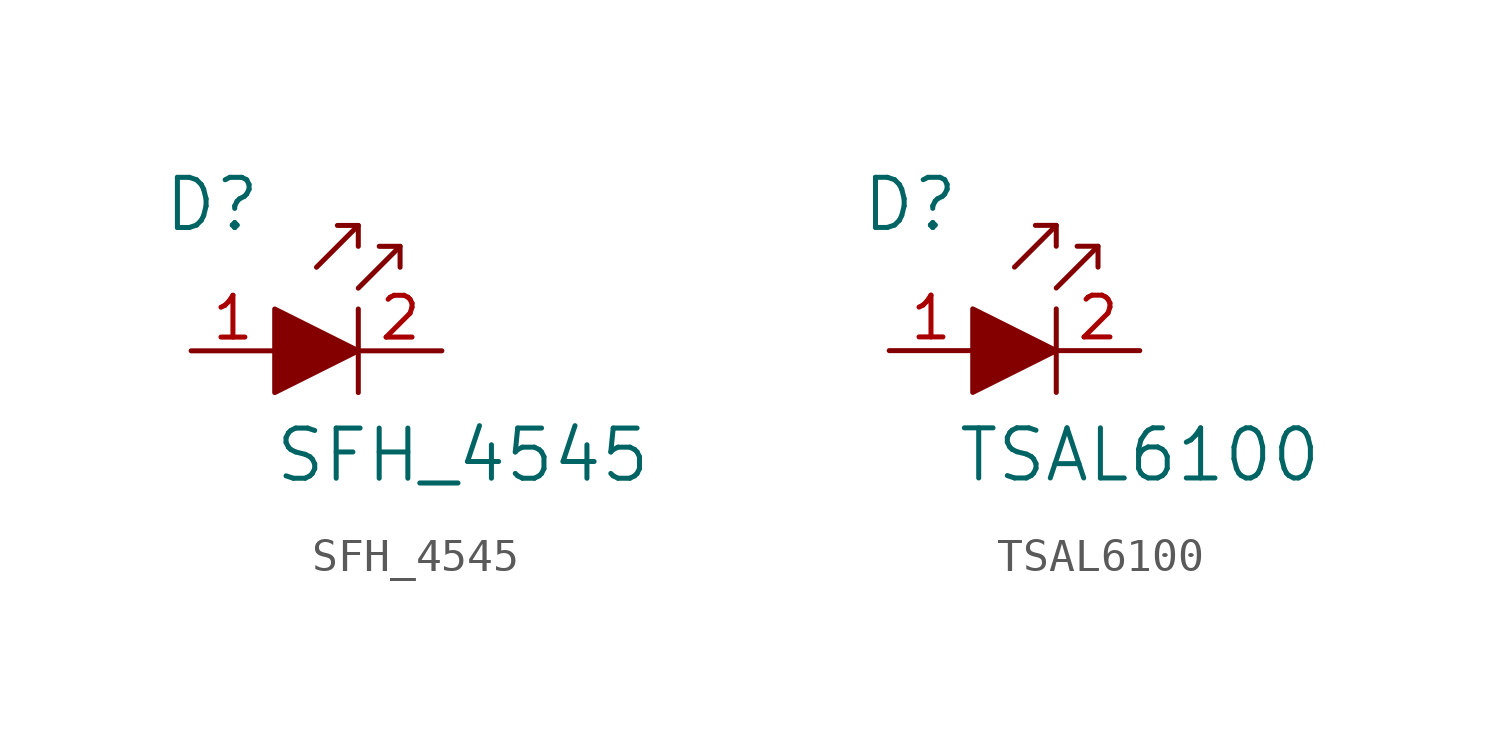
<source format=kicad_sym>
(kicad_symbol_lib
  (version 20220914)
  (generator kicad_symbol_editor)
  (symbol "SFH_4545"
    (pin_names
      (offset 0))
    (property "Reference" "D"
      (at -1.905 4.445 0)
      (effects (font (size 1.524 1.524))))
    (property "Value" "SFH_4545"
      (at 5.715 -3.175 0)
      (effects (font (size 1.524 1.524))))
    (symbol "SFH_4545_0_1"
      (polyline (pts (xy 2.54 1.27) (xy 2.54 -1.27)) (stroke (width 0) (type default)) (fill (type none)))
      (polyline (pts (xy 2.54 3.81) (xy 1.27 2.54)) (stroke (width 0) (type default)) (fill (type none)))
      (polyline (pts (xy 3.81 3.175) (xy 2.54 1.905)) (stroke (width 0) (type default)) (fill (type none)))
      (polyline (pts (xy 1.905 3.81) (xy 2.54 3.81) (xy 2.54 3.175)) (stroke (width 0) (type default)) (fill (type none)))
      (polyline (pts (xy 3.175 3.175) (xy 3.81 3.175) (xy 3.81 2.54)) (stroke (width 0) (type default)) (fill (type none)))
      (polyline (pts (xy 0 1.27) (xy 0 -1.27) (xy 2.54 0) (xy 0 1.27)) (stroke (width 0) (type default)) (fill (type outline))))
    (symbol "SFH_4545_1_1"
      (pin passive line (at -2.54 0 0) (length 2.54) (name "~" (effects (font (size 1.27 1.27)))) (number "1" (effects (font (size 1.27 1.27)))))
      (pin passive line (at 5.08 0 180) (length 2.54) (name "~" (effects (font (size 1.27 1.27)))) (number "2" (effects (font (size 1.27 1.27)))))))
  (symbol "TSAL6100"
    (pin_names
      (offset 0))
    (property "Reference" "D"
      (at -1.905 4.445 0)
      (effects (font (size 1.524 1.524))))
    (property "Value" "TSAL6100"
      (at 5.08 -3.175 0)
      (effects (font (size 1.524 1.524))))
    (symbol "TSAL6100_0_1"
      (polyline (pts (xy 2.54 1.27) (xy 2.54 -1.27)) (stroke (width 0) (type default)) (fill (type none)))
      (polyline (pts (xy 2.54 3.81) (xy 1.27 2.54)) (stroke (width 0) (type default)) (fill (type none)))
      (polyline (pts (xy 3.81 3.175) (xy 2.54 1.905)) (stroke (width 0) (type default)) (fill (type none)))
      (polyline (pts (xy 1.905 3.81) (xy 2.54 3.81) (xy 2.54 3.175)) (stroke (width 0) (type default)) (fill (type none)))
      (polyline (pts (xy 3.175 3.175) (xy 3.81 3.175) (xy 3.81 2.54)) (stroke (width 0) (type default)) (fill (type none)))
      (polyline (pts (xy 0 1.27) (xy 0 -1.27) (xy 2.54 0) (xy 0 1.27)) (stroke (width 0) (type default)) (fill (type outline))))
    (symbol "TSAL6100_1_1"
      (pin passive line (at -2.54 0 0) (length 2.54) (name "~" (effects (font (size 1.27 1.27)))) (number "1" (effects (font (size 1.27 1.27)))))
      (pin passive line (at 5.08 0 180) (length 2.54) (name "~" (effects (font (size 1.27 1.27)))) (number "2" (effects (font (size 1.27 1.27))))))))
</source>
